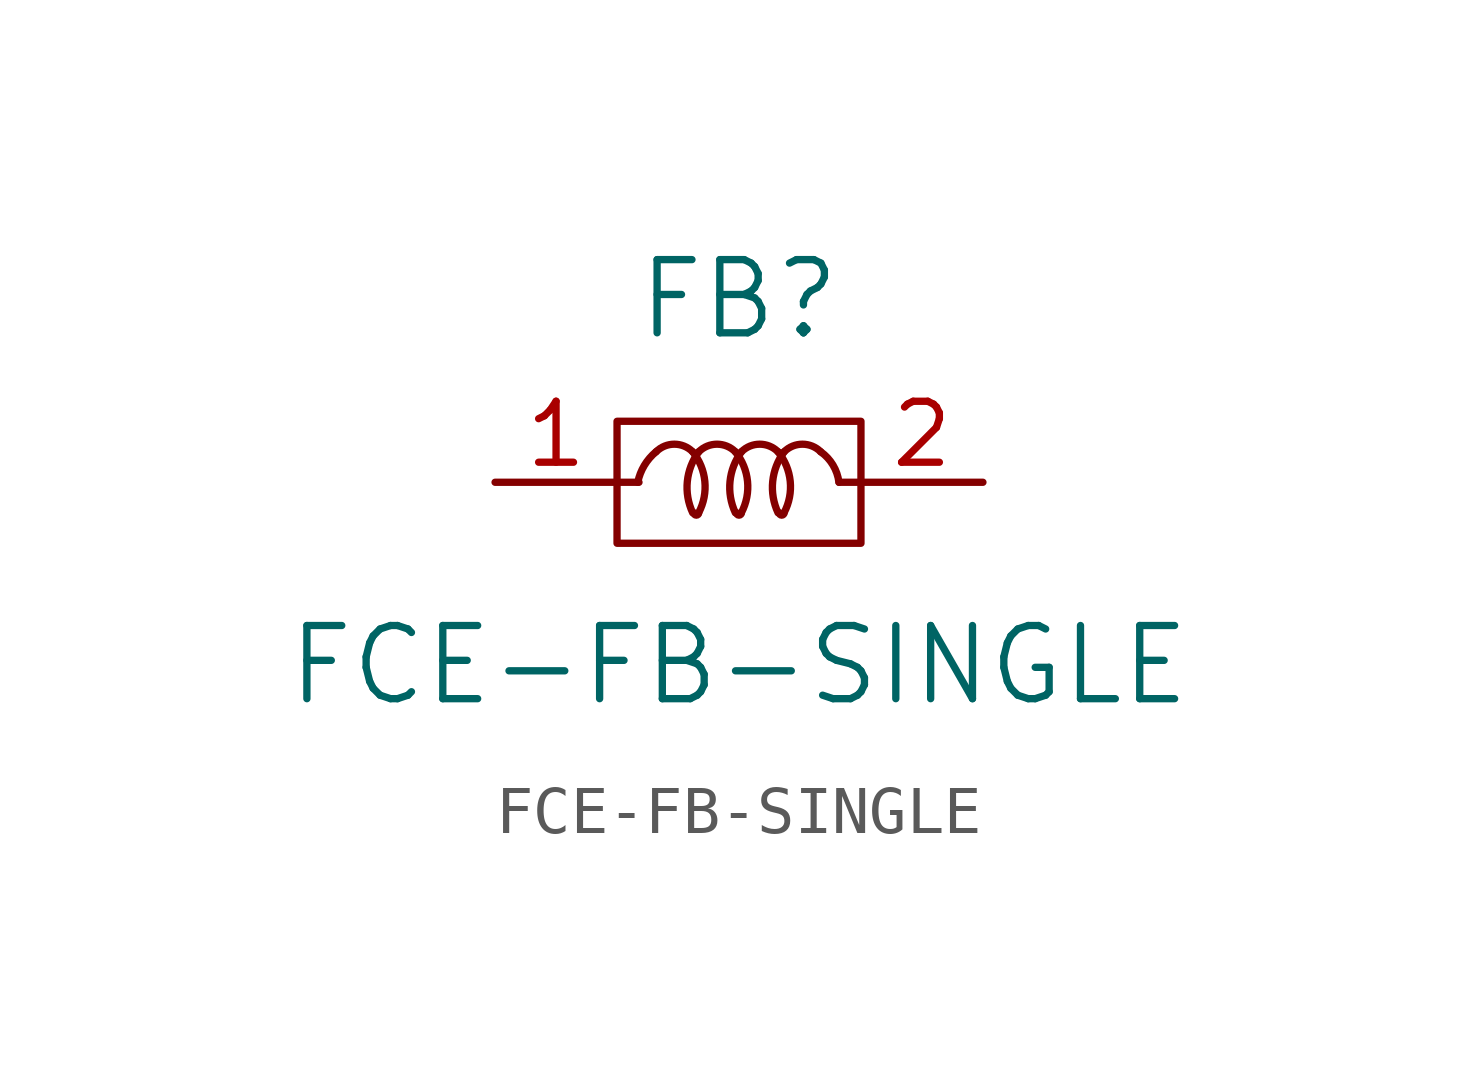
<source format=kicad_sym>
(kicad_symbol_lib
  (version 20211014)
  (generator kicad_symbol_editor)
  (symbol "FCE-FB-SINGLE"
    (pin_names
      (offset 1.016))
    (property "Reference" "FB"
      (at 0 3.81 0)
      (effects (font (size 1.524 1.524))))
    (property "Value" "FCE-FB-SINGLE"
      (at 0 -3.81 0)
      (effects (font (size 1.524 1.524))))
    (symbol "FCE-FB-SINGLE_0_0"
      (arc (start -0.9398 -0.635) (mid -0.889 -0.6858) (end -0.8382 -0.635) (stroke (width 0) (type default) (color 0 0 0 0)) (fill (type none)))
      (arc (start -0.0508 -0.635) (mid 0 -0.6858) (end 0.0508 -0.635) (stroke (width 0) (type default) (color 0 0 0 0)) (fill (type none)))
      (polyline (pts (xy -2.54 0) (xy -2.083 0)) (stroke (width 0) (type default) (color 0 0 0 0)) (fill (type none)))
      (polyline (pts (xy 2.083 0) (xy 2.54 0)) (stroke (width 0) (type default) (color 0 0 0 0)) (fill (type none)))
      (arc (start 0.8382 -0.635) (mid 0.889 -0.6858) (end 0.9398 -0.635) (stroke (width 0) (type default) (color 0 0 0 0)) (fill (type none))))
    (symbol "FCE-FB-SINGLE_0_1"
      (rectangle (start -2.54 1.27) (end 2.54 -1.27) (stroke (width 0) (type default) (color 0 0 0 0)) (fill (type none)))
      (arc (start -1.7272 0.635) (mid -1.971 0.3505) (end -2.1082 0) (stroke (width 0) (type default) (color 0 0 0 0)) (fill (type none)))
      (arc (start -0.9652 0.635) (mid -1.3462 0.7928) (end -1.7272 0.635) (stroke (width 0) (type default) (color 0 0 0 0)) (fill (type none)))
      (arc (start -0.8382 -0.635) (mid -0.7101 0.0176) (end -0.9652 0.635) (stroke (width 0) (type default) (color 0 0 0 0)) (fill (type none)))
      (arc (start -0.8382 0.635) (mid -1.0762 0.018) (end -0.9652 -0.635) (stroke (width 0) (type default) (color 0 0 0 0)) (fill (type none)))
      (arc (start -0.0762 0.635) (mid -0.4572 0.7928) (end -0.8382 0.635) (stroke (width 0) (type default) (color 0 0 0 0)) (fill (type none)))
      (arc (start 0.0508 -0.635) (mid 0.1789 0.0176) (end -0.0762 0.635) (stroke (width 0) (type default) (color 0 0 0 0)) (fill (type none)))
      (arc (start 0.0508 0.635) (mid -0.1872 0.018) (end -0.0762 -0.635) (stroke (width 0) (type default) (color 0 0 0 0)) (fill (type none)))
      (arc (start 0.8128 0.635) (mid 0.4318 0.7928) (end 0.0508 0.635) (stroke (width 0) (type default) (color 0 0 0 0)) (fill (type none)))
      (arc (start 0.9398 -0.635) (mid 1.0679 0.0176) (end 0.8128 0.635) (stroke (width 0) (type default) (color 0 0 0 0)) (fill (type none)))
      (arc (start 0.9398 0.635) (mid 0.7018 0.018) (end 0.8128 -0.635) (stroke (width 0) (type default) (color 0 0 0 0)) (fill (type none)))
      (arc (start 1.7018 0.635) (mid 1.3208 0.7928) (end 0.9398 0.635) (stroke (width 0) (type default) (color 0 0 0 0)) (fill (type none)))
      (arc (start 2.0828 0) (mid 1.9581 0.3585) (end 1.7018 0.635) (stroke (width 0) (type default) (color 0 0 0 0)) (fill (type none))))
    (symbol "FCE-FB-SINGLE_1_1"
      (pin passive line (at -5.08 0 0) (length 2.54) (name "~" (effects (font (size 1.27 1.27)))) (number "1" (effects (font (size 1.27 1.27)))))
      (pin passive line (at 5.08 0 180) (length 2.54) (name "~" (effects (font (size 1.27 1.27)))) (number "2" (effects (font (size 1.27 1.27))))))))
</source>
